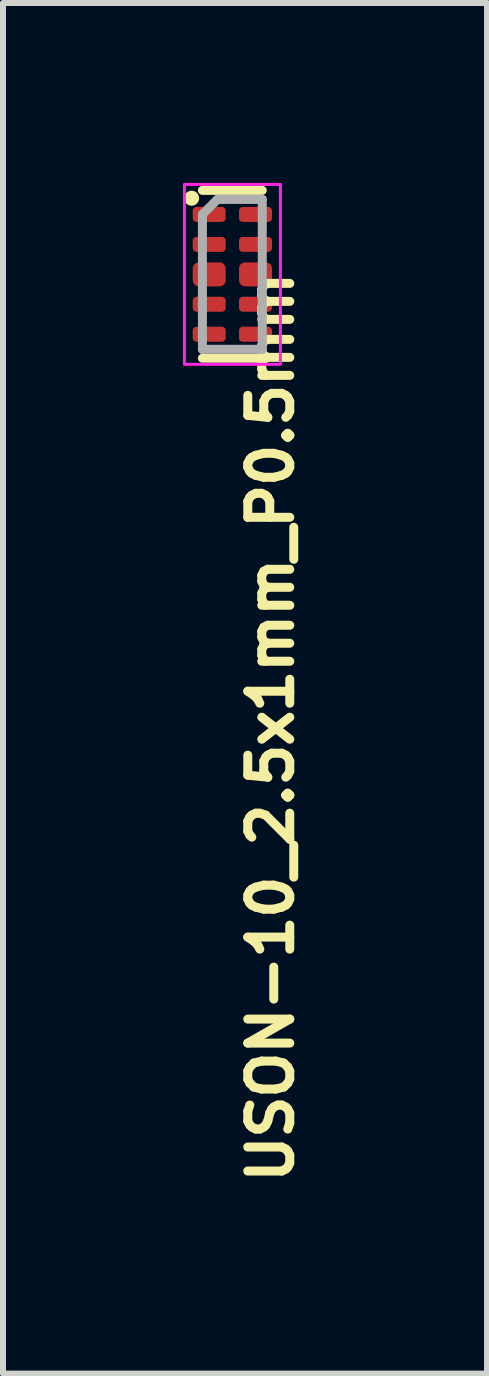
<source format=kicad_pcb>
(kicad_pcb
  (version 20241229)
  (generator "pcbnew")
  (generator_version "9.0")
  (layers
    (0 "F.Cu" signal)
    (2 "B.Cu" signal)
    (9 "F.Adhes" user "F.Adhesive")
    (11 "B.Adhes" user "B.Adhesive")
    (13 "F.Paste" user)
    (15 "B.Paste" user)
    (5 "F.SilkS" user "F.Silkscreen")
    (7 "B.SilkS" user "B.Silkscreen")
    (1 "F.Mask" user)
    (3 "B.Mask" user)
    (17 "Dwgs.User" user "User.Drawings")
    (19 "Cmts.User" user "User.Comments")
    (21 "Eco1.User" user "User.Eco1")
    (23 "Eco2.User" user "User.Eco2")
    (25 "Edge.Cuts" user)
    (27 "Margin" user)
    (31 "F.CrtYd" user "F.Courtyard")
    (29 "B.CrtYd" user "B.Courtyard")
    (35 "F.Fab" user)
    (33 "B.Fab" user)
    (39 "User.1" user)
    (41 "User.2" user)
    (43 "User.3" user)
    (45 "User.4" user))
  (footprint "USON-10_2.5x1mm_P0.5mm"
    (layer "F.Cu")
    (at 0.825 1.525)
    (property "Reference" "USON-10_2.5x1mm_P0.5mm" (at 1.05 -0.115 270) (layer "F.SilkS") (effects (font (size 0.7 0.7) (thickness 0.15)) (justify right bottom)))
    (attr smd)
    (fp_line (start -0.5 -1.401) (end 0.498 -1.401) (stroke (width 0.15) (type solid)) (layer "F.SilkS"))
    (fp_line (start -0.5 1.398) (end 0.498 1.398) (stroke (width 0.15) (type solid)) (layer "F.SilkS"))
    (fp_circle (center -0.68 -1.27) (end -0.63 -1.27) (stroke (width 0.15) (type solid)) (fill yes) (layer "F.SilkS"))
    (fp_rect (start 0.8 1.499) (end -0.8 -1.5) (stroke (width 0.05) (type solid)) (fill no) (layer "F.CrtYd"))
    (fp_line (start -0.5 -1) (end -0.25 -1.25) (stroke (width 0.15) (type solid)) (layer "F.Fab"))
    (fp_line (start -0.5 1.249) (end -0.5 -1) (stroke (width 0.15) (type solid)) (layer "F.Fab"))
    (fp_line (start -0.25 -1.25) (end 0.498 -1.25) (stroke (width 0.15) (type solid)) (layer "F.Fab"))
    (fp_line (start 0.498 1.249) (end -0.5 1.249) (stroke (width 0.15) (type solid)) (layer "F.Fab"))
    (fp_line (start 0.498 1.249) (end 0.498 -1.25) (stroke (width 0.15) (type solid)) (layer "F.Fab"))
    (fp_rect (start 0.498 1.249) (end -0.5 -1.25) (stroke (width 0.1) (type solid)) (fill no) (layer "User.5"))
    (fp_line (start -0.5 -1.25) (end 0.498 -1.25) (stroke (width 0.02) (type solid)) (layer "User.9"))
    (fp_line (start -0.5 1.249) (end -0.5 -1.25) (stroke (width 0.02) (type solid)) (layer "User.9"))
    (fp_line (start -0.422 -1.063) (end -0.422 -1.055) (stroke (width 0.02) (type solid)) (layer "User.9"))
    (fp_line (start -0.422 -1.063) (end -0.422 -1.055) (stroke (width 0.02) (type solid)) (layer "User.9"))
    (fp_line (start -0.422 -1.055) (end -0.422 -1.049) (stroke (width 0.02) (type solid)) (layer "User.9"))
    (fp_line (start -0.422 -1.055) (end -0.422 -1.049) (stroke (width 0.02) (type solid)) (layer "User.9"))
    (fp_line (start -0.422 -1.049) (end -0.422 -1.043) (stroke (width 0.02) (type solid)) (layer "User.9"))
    (fp_line (start -0.422 -1.049) (end -0.422 -1.043) (stroke (width 0.02) (type solid)) (layer "User.9"))
    (fp_line (start -0.422 -1.043) (end -0.422 -1.037) (stroke (width 0.02) (type solid)) (layer "User.9"))
    (fp_line (start -0.422 -1.043) (end -0.422 -1.037) (stroke (width 0.02) (type solid)) (layer "User.9"))
    (fp_line (start -0.422 -1.037) (end -0.421 -1.031) (stroke (width 0.02) (type solid)) (layer "User.9"))
    (fp_line (start -0.422 -1.037) (end -0.421 -1.031) (stroke (width 0.02) (type solid)) (layer "User.9"))
    (fp_line (start -0.421 -1.069) (end -0.422 -1.063) (stroke (width 0.02) (type solid)) (layer "User.9"))
    (fp_line (start -0.421 -1.069) (end -0.422 -1.063) (stroke (width 0.02) (type solid)) (layer "User.9"))
    (fp_line (start -0.421 -1.031) (end -0.419 -1.024) (stroke (width 0.02) (type solid)) (layer "User.9"))
    (fp_line (start -0.421 -1.031) (end -0.419 -1.024) (stroke (width 0.02) (type solid)) (layer "User.9"))
    (fp_line (start -0.419 -1.075) (end -0.421 -1.069) (stroke (width 0.02) (type solid)) (layer "User.9"))
    (fp_line (start -0.419 -1.075) (end -0.421 -1.069) (stroke (width 0.02) (type solid)) (layer "User.9"))
    (fp_line (start -0.419 -1.024) (end -0.417 -1.018) (stroke (width 0.02) (type solid)) (layer "User.9"))
    (fp_line (start -0.419 -1.024) (end -0.417 -1.018) (stroke (width 0.02) (type solid)) (layer "User.9"))
    (fp_line (start -0.417 -1.081) (end -0.419 -1.075) (stroke (width 0.02) (type solid)) (layer "User.9"))
    (fp_line (start -0.417 -1.081) (end -0.419 -1.075) (stroke (width 0.02) (type solid)) (layer "User.9"))
    (fp_line (start -0.417 -1.018) (end -0.416 -1.012) (stroke (width 0.02) (type solid)) (layer "User.9"))
    (fp_line (start -0.417 -1.018) (end -0.416 -1.012) (stroke (width 0.02) (type solid)) (layer "User.9"))
    (fp_line (start -0.416 -1.087) (end -0.417 -1.081) (stroke (width 0.02) (type solid)) (layer "User.9"))
    (fp_line (start -0.416 -1.087) (end -0.417 -1.081) (stroke (width 0.02) (type solid)) (layer "User.9"))
    (fp_line (start -0.416 -1.012) (end -0.413 -1.006) (stroke (width 0.02) (type solid)) (layer "User.9"))
    (fp_line (start -0.416 -1.012) (end -0.413 -1.006) (stroke (width 0.02) (type solid)) (layer "User.9"))
    (fp_line (start -0.413 -1.093) (end -0.416 -1.087) (stroke (width 0.02) (type solid)) (layer "User.9"))
    (fp_line (start -0.413 -1.093) (end -0.416 -1.087) (stroke (width 0.02) (type solid)) (layer "User.9"))
    (fp_line (start -0.413 -1.006) (end -0.41 -0.999) (stroke (width 0.02) (type solid)) (layer "User.9"))
    (fp_line (start -0.413 -1.006) (end -0.41 -0.999) (stroke (width 0.02) (type solid)) (layer "User.9"))
    (fp_line (start -0.41 -1.099) (end -0.413 -1.093) (stroke (width 0.02) (type solid)) (layer "User.9"))
    (fp_line (start -0.41 -1.099) (end -0.413 -1.093) (stroke (width 0.02) (type solid)) (layer "User.9"))
    (fp_line (start -0.41 -1.099) (end -0.41 -1.099) (stroke (width 0.02) (type solid)) (layer "User.9"))
    (fp_line (start -0.41 -1.099) (end -0.41 -1.099) (stroke (width 0.02) (type solid)) (layer "User.9"))
    (fp_line (start -0.41 -0.999) (end -0.41 -0.999) (stroke (width 0.02) (type solid)) (layer "User.9"))
    (fp_line (start -0.41 -0.999) (end -0.41 -0.999) (stroke (width 0.02) (type solid)) (layer "User.9"))
    (fp_line (start -0.41 -0.999) (end -0.407 -0.993) (stroke (width 0.02) (type solid)) (layer "User.9"))
    (fp_line (start -0.41 -0.999) (end -0.407 -0.993) (stroke (width 0.02) (type solid)) (layer "User.9"))
    (fp_line (start -0.408 -1.103) (end -0.41 -1.099) (stroke (width 0.02) (type solid)) (layer "User.9"))
    (fp_line (start -0.408 -1.103) (end -0.41 -1.099) (stroke (width 0.02) (type solid)) (layer "User.9"))
    (fp_line (start -0.407 -1.105) (end -0.408 -1.103) (stroke (width 0.02) (type solid)) (layer "User.9"))
    (fp_line (start -0.407 -1.105) (end -0.408 -1.103) (stroke (width 0.02) (type solid)) (layer "User.9"))
    (fp_line (start -0.407 -0.993) (end -0.403 -0.988) (stroke (width 0.02) (type solid)) (layer "User.9"))
    (fp_line (start -0.407 -0.993) (end -0.403 -0.988) (stroke (width 0.02) (type solid)) (layer "User.9"))
    (fp_line (start -0.405 -1.107) (end -0.407 -1.105) (stroke (width 0.02) (type solid)) (layer "User.9"))
    (fp_line (start -0.405 -1.107) (end -0.407 -1.105) (stroke (width 0.02) (type solid)) (layer "User.9"))
    (fp_line (start -0.403 -1.111) (end -0.405 -1.107) (stroke (width 0.02) (type solid)) (layer "User.9"))
    (fp_line (start -0.403 -1.111) (end -0.405 -1.107) (stroke (width 0.02) (type solid)) (layer "User.9"))
    (fp_line (start -0.403 -0.988) (end -0.399 -0.983) (stroke (width 0.02) (type solid)) (layer "User.9"))
    (fp_line (start -0.403 -0.988) (end -0.399 -0.983) (stroke (width 0.02) (type solid)) (layer "User.9"))
    (fp_line (start -0.401 -1.113) (end -0.403 -1.111) (stroke (width 0.02) (type solid)) (layer "User.9"))
    (fp_line (start -0.401 -1.113) (end -0.403 -1.111) (stroke (width 0.02) (type solid)) (layer "User.9"))
    (fp_line (start -0.399 -1.115) (end -0.401 -1.113) (stroke (width 0.02) (type solid)) (layer "User.9"))
    (fp_line (start -0.399 -1.115) (end -0.401 -1.113) (stroke (width 0.02) (type solid)) (layer "User.9"))
    (fp_line (start -0.399 -0.983) (end -0.394 -0.978) (stroke (width 0.02) (type solid)) (layer "User.9"))
    (fp_line (start -0.399 -0.983) (end -0.394 -0.978) (stroke (width 0.02) (type solid)) (layer "User.9"))
    (fp_line (start -0.396 -1.117) (end -0.399 -1.115) (stroke (width 0.02) (type solid)) (layer "User.9"))
    (fp_line (start -0.396 -1.117) (end -0.399 -1.115) (stroke (width 0.02) (type solid)) (layer "User.9"))
    (fp_line (start -0.394 -1.119) (end -0.396 -1.117) (stroke (width 0.02) (type solid)) (layer "User.9"))
    (fp_line (start -0.394 -1.119) (end -0.396 -1.117) (stroke (width 0.02) (type solid)) (layer "User.9"))
    (fp_line (start -0.394 -0.978) (end -0.389 -0.974) (stroke (width 0.02) (type solid)) (layer "User.9"))
    (fp_line (start -0.394 -0.978) (end -0.389 -0.974) (stroke (width 0.02) (type solid)) (layer "User.9"))
    (fp_line (start -0.392 -1.123) (end -0.394 -1.119) (stroke (width 0.02) (type solid)) (layer "User.9"))
    (fp_line (start -0.392 -1.123) (end -0.394 -1.119) (stroke (width 0.02) (type solid)) (layer "User.9"))
    (fp_line (start -0.389 -1.125) (end -0.392 -1.123) (stroke (width 0.02) (type solid)) (layer "User.9"))
    (fp_line (start -0.389 -1.125) (end -0.392 -1.123) (stroke (width 0.02) (type solid)) (layer "User.9"))
    (fp_line (start -0.389 -0.974) (end -0.383 -0.97) (stroke (width 0.02) (type solid)) (layer "User.9"))
    (fp_line (start -0.389 -0.974) (end -0.383 -0.97) (stroke (width 0.02) (type solid)) (layer "User.9"))
    (fp_line (start -0.387 -1.127) (end -0.389 -1.125) (stroke (width 0.02) (type solid)) (layer "User.9"))
    (fp_line (start -0.387 -1.127) (end -0.389 -1.125) (stroke (width 0.02) (type solid)) (layer "User.9"))
    (fp_line (start -0.383 -1.129) (end -0.387 -1.127) (stroke (width 0.02) (type solid)) (layer "User.9"))
    (fp_line (start -0.383 -1.129) (end -0.387 -1.127) (stroke (width 0.02) (type solid)) (layer "User.9"))
    (fp_line (start -0.383 -0.97) (end -0.378 -0.966) (stroke (width 0.02) (type solid)) (layer "User.9"))
    (fp_line (start -0.383 -0.97) (end -0.378 -0.966) (stroke (width 0.02) (type solid)) (layer "User.9"))
    (fp_line (start -0.381 -1.131) (end -0.383 -1.129) (stroke (width 0.02) (type solid)) (layer "User.9"))
    (fp_line (start -0.381 -1.131) (end -0.383 -1.129) (stroke (width 0.02) (type solid)) (layer "User.9"))
    (fp_line (start -0.378 -1.133) (end -0.381 -1.131) (stroke (width 0.02) (type solid)) (layer "User.9"))
    (fp_line (start -0.378 -1.133) (end -0.381 -1.131) (stroke (width 0.02) (type solid)) (layer "User.9"))
    (fp_line (start -0.378 -0.966) (end -0.373 -0.963) (stroke (width 0.02) (type solid)) (layer "User.9"))
    (fp_line (start -0.378 -0.966) (end -0.373 -0.963) (stroke (width 0.02) (type solid)) (layer "User.9"))
    (fp_line (start -0.375 -1.133) (end -0.378 -1.133) (stroke (width 0.02) (type solid)) (layer "User.9"))
    (fp_line (start -0.375 -1.133) (end -0.378 -1.133) (stroke (width 0.02) (type solid)) (layer "User.9"))
    (fp_line (start -0.373 -1.135) (end -0.375 -1.133) (stroke (width 0.02) (type solid)) (layer "User.9"))
    (fp_line (start -0.373 -1.135) (end -0.375 -1.133) (stroke (width 0.02) (type solid)) (layer "User.9"))
    (fp_line (start -0.373 -0.963) (end -0.367 -0.96) (stroke (width 0.02) (type solid)) (layer "User.9"))
    (fp_line (start -0.373 -0.963) (end -0.367 -0.96) (stroke (width 0.02) (type solid)) (layer "User.9"))
    (fp_line (start -0.37 -1.137) (end -0.373 -1.135) (stroke (width 0.02) (type solid)) (layer "User.9"))
    (fp_line (start -0.37 -1.137) (end -0.373 -1.135) (stroke (width 0.02) (type solid)) (layer "User.9"))
    (fp_line (start -0.367 -1.139) (end -0.37 -1.137) (stroke (width 0.02) (type solid)) (layer "User.9"))
    (fp_line (start -0.367 -1.139) (end -0.37 -1.137) (stroke (width 0.02) (type solid)) (layer "User.9"))
    (fp_line (start -0.367 -0.96) (end -0.361 -0.958) (stroke (width 0.02) (type solid)) (layer "User.9"))
    (fp_line (start -0.367 -0.96) (end -0.361 -0.958) (stroke (width 0.02) (type solid)) (layer "User.9"))
    (fp_line (start -0.364 -1.141) (end -0.367 -1.139) (stroke (width 0.02) (type solid)) (layer "User.9"))
    (fp_line (start -0.364 -1.141) (end -0.367 -1.139) (stroke (width 0.02) (type solid)) (layer "User.9"))
    (fp_line (start -0.361 -1.141) (end -0.364 -1.141) (stroke (width 0.02) (type solid)) (layer "User.9"))
    (fp_line (start -0.361 -1.141) (end -0.364 -1.141) (stroke (width 0.02) (type solid)) (layer "User.9"))
    (fp_line (start -0.361 -0.958) (end -0.355 -0.956) (stroke (width 0.02) (type solid)) (layer "User.9"))
    (fp_line (start -0.361 -0.958) (end -0.355 -0.956) (stroke (width 0.02) (type solid)) (layer "User.9"))
    (fp_line (start -0.358 -1.143) (end -0.361 -1.141) (stroke (width 0.02) (type solid)) (layer "User.9"))
    (fp_line (start -0.358 -1.143) (end -0.361 -1.141) (stroke (width 0.02) (type solid)) (layer "User.9"))
    (fp_line (start -0.355 -1.143) (end -0.358 -1.143) (stroke (width 0.02) (type solid)) (layer "User.9"))
    (fp_line (start -0.355 -1.143) (end -0.358 -1.143) (stroke (width 0.02) (type solid)) (layer "User.9"))
    (fp_line (start -0.355 -0.956) (end -0.35 -0.954) (stroke (width 0.02) (type solid)) (layer "User.9"))
    (fp_line (start -0.355 -0.956) (end -0.35 -0.954) (stroke (width 0.02) (type solid)) (layer "User.9"))
    (fp_line (start -0.352 -1.145) (end -0.355 -1.143) (stroke (width 0.02) (type solid)) (layer "User.9"))
    (fp_line (start -0.352 -1.145) (end -0.355 -1.143) (stroke (width 0.02) (type solid)) (layer "User.9"))
    (fp_line (start -0.35 -1.145) (end -0.352 -1.145) (stroke (width 0.02) (type solid)) (layer "User.9"))
    (fp_line (start -0.35 -1.145) (end -0.352 -1.145) (stroke (width 0.02) (type solid)) (layer "User.9"))
    (fp_line (start -0.35 -0.954) (end -0.344 -0.952) (stroke (width 0.02) (type solid)) (layer "User.9"))
    (fp_line (start -0.35 -0.954) (end -0.344 -0.952) (stroke (width 0.02) (type solid)) (layer "User.9"))
    (fp_line (start -0.347 -1.147) (end -0.35 -1.145) (stroke (width 0.02) (type solid)) (layer "User.9"))
    (fp_line (start -0.347 -1.147) (end -0.35 -1.145) (stroke (width 0.02) (type solid)) (layer "User.9"))
    (fp_line (start -0.344 -1.147) (end -0.347 -1.147) (stroke (width 0.02) (type solid)) (layer "User.9"))
    (fp_line (start -0.344 -1.147) (end -0.347 -1.147) (stroke (width 0.02) (type solid)) (layer "User.9"))
    (fp_line (start -0.344 -0.952) (end -0.337 -0.951) (stroke (width 0.02) (type solid)) (layer "User.9"))
    (fp_line (start -0.344 -0.952) (end -0.337 -0.951) (stroke (width 0.02) (type solid)) (layer "User.9"))
    (fp_line (start -0.34 -1.147) (end -0.344 -1.147) (stroke (width 0.02) (type solid)) (layer "User.9"))
    (fp_line (start -0.34 -1.147) (end -0.344 -1.147) (stroke (width 0.02) (type solid)) (layer "User.9"))
    (fp_line (start -0.337 -1.149) (end -0.34 -1.147) (stroke (width 0.02) (type solid)) (layer "User.9"))
    (fp_line (start -0.337 -1.149) (end -0.34 -1.147) (stroke (width 0.02) (type solid)) (layer "User.9"))
    (fp_line (start -0.337 -0.951) (end -0.331 -0.95) (stroke (width 0.02) (type solid)) (layer "User.9"))
    (fp_line (start -0.337 -0.951) (end -0.331 -0.95) (stroke (width 0.02) (type solid)) (layer "User.9"))
    (fp_line (start -0.334 -1.149) (end -0.337 -1.149) (stroke (width 0.02) (type solid)) (layer "User.9"))
    (fp_line (start -0.334 -1.149) (end -0.337 -1.149) (stroke (width 0.02) (type solid)) (layer "User.9"))
    (fp_line (start -0.331 -1.149) (end -0.334 -1.149) (stroke (width 0.02) (type solid)) (layer "User.9"))
    (fp_line (start -0.331 -1.149) (end -0.334 -1.149) (stroke (width 0.02) (type solid)) (layer "User.9"))
    (fp_line (start -0.331 -0.95) (end -0.324 -0.95) (stroke (width 0.02) (type solid)) (layer "User.9"))
    (fp_line (start -0.331 -0.95) (end -0.324 -0.95) (stroke (width 0.02) (type solid)) (layer "User.9"))
    (fp_line (start -0.327 -1.149) (end -0.331 -1.149) (stroke (width 0.02) (type solid)) (layer "User.9"))
    (fp_line (start -0.327 -1.149) (end -0.331 -1.149) (stroke (width 0.02) (type solid)) (layer "User.9"))
    (fp_line (start -0.324 -1.149) (end -0.327 -1.149) (stroke (width 0.02) (type solid)) (layer "User.9"))
    (fp_line (start -0.324 -1.149) (end -0.327 -1.149) (stroke (width 0.02) (type solid)) (layer "User.9"))
    (fp_line (start -0.324 -0.95) (end -0.32 -0.95) (stroke (width 0.02) (type solid)) (layer "User.9"))
    (fp_line (start -0.324 -0.95) (end -0.32 -0.95) (stroke (width 0.02) (type solid)) (layer "User.9"))
    (fp_line (start -0.32 -0.95) (end -0.316 -0.95) (stroke (width 0.02) (type solid)) (layer "User.9"))
    (fp_line (start -0.32 -0.95) (end -0.316 -0.95) (stroke (width 0.02) (type solid)) (layer "User.9"))
    (fp_line (start -0.316 -1.149) (end -0.324 -1.149) (stroke (width 0.02) (type solid)) (layer "User.9"))
    (fp_line (start -0.316 -1.149) (end -0.324 -1.149) (stroke (width 0.02) (type solid)) (layer "User.9"))
    (fp_line (start -0.316 -0.95) (end -0.313 -0.951) (stroke (width 0.02) (type solid)) (layer "User.9"))
    (fp_line (start -0.316 -0.95) (end -0.313 -0.951) (stroke (width 0.02) (type solid)) (layer "User.9"))
    (fp_line (start -0.313 -0.951) (end -0.31 -0.951) (stroke (width 0.02) (type solid)) (layer "User.9"))
    (fp_line (start -0.313 -0.951) (end -0.31 -0.951) (stroke (width 0.02) (type solid)) (layer "User.9"))
    (fp_line (start -0.31 -1.149) (end -0.316 -1.149) (stroke (width 0.02) (type solid)) (layer "User.9"))
    (fp_line (start -0.31 -1.149) (end -0.316 -1.149) (stroke (width 0.02) (type solid)) (layer "User.9"))
    (fp_line (start -0.31 -0.951) (end -0.306 -0.952) (stroke (width 0.02) (type solid)) (layer "User.9"))
    (fp_line (start -0.31 -0.951) (end -0.306 -0.952) (stroke (width 0.02) (type solid)) (layer "User.9"))
    (fp_line (start -0.306 -0.952) (end -0.303 -0.952) (stroke (width 0.02) (type solid)) (layer "User.9"))
    (fp_line (start -0.306 -0.952) (end -0.303 -0.952) (stroke (width 0.02) (type solid)) (layer "User.9"))
    (fp_line (start -0.303 -1.147) (end -0.31 -1.149) (stroke (width 0.02) (type solid)) (layer "User.9"))
    (fp_line (start -0.303 -1.147) (end -0.31 -1.149) (stroke (width 0.02) (type solid)) (layer "User.9"))
    (fp_line (start -0.303 -0.952) (end -0.3 -0.953) (stroke (width 0.02) (type solid)) (layer "User.9"))
    (fp_line (start -0.303 -0.952) (end -0.3 -0.953) (stroke (width 0.02) (type solid)) (layer "User.9"))
    (fp_line (start -0.3 -0.953) (end -0.297 -0.954) (stroke (width 0.02) (type solid)) (layer "User.9"))
    (fp_line (start -0.3 -0.953) (end -0.297 -0.954) (stroke (width 0.02) (type solid)) (layer "User.9"))
    (fp_line (start -0.297 -1.145) (end -0.303 -1.147) (stroke (width 0.02) (type solid)) (layer "User.9"))
    (fp_line (start -0.297 -1.145) (end -0.303 -1.147) (stroke (width 0.02) (type solid)) (layer "User.9"))
    (fp_line (start -0.297 -0.954) (end -0.294 -0.955) (stroke (width 0.02) (type solid)) (layer "User.9"))
    (fp_line (start -0.297 -0.954) (end -0.294 -0.955) (stroke (width 0.02) (type solid)) (layer "User.9"))
    (fp_line (start -0.294 -0.955) (end -0.291 -0.956) (stroke (width 0.02) (type solid)) (layer "User.9"))
    (fp_line (start -0.294 -0.955) (end -0.291 -0.956) (stroke (width 0.02) (type solid)) (layer "User.9"))
    (fp_line (start -0.291 -1.143) (end -0.297 -1.145) (stroke (width 0.02) (type solid)) (layer "User.9"))
    (fp_line (start -0.291 -1.143) (end -0.297 -1.145) (stroke (width 0.02) (type solid)) (layer "User.9"))
    (fp_line (start -0.291 -0.956) (end -0.289 -0.957) (stroke (width 0.02) (type solid)) (layer "User.9"))
    (fp_line (start -0.291 -0.956) (end -0.289 -0.957) (stroke (width 0.02) (type solid)) (layer "User.9"))
    (fp_line (start -0.289 -0.957) (end -0.286 -0.958) (stroke (width 0.02) (type solid)) (layer "User.9"))
    (fp_line (start -0.289 -0.957) (end -0.286 -0.958) (stroke (width 0.02) (type solid)) (layer "User.9"))
    (fp_line (start -0.286 -1.141) (end -0.291 -1.143) (stroke (width 0.02) (type solid)) (layer "User.9"))
    (fp_line (start -0.286 -1.141) (end -0.291 -1.143) (stroke (width 0.02) (type solid)) (layer "User.9"))
    (fp_line (start -0.286 -0.958) (end -0.283 -0.959) (stroke (width 0.02) (type solid)) (layer "User.9"))
    (fp_line (start -0.286 -0.958) (end -0.283 -0.959) (stroke (width 0.02) (type solid)) (layer "User.9"))
    (fp_line (start -0.283 -0.959) (end -0.28 -0.96) (stroke (width 0.02) (type solid)) (layer "User.9"))
    (fp_line (start -0.283 -0.959) (end -0.28 -0.96) (stroke (width 0.02) (type solid)) (layer "User.9"))
    (fp_line (start -0.28 -1.139) (end -0.286 -1.141) (stroke (width 0.02) (type solid)) (layer "User.9"))
    (fp_line (start -0.28 -1.139) (end -0.286 -1.141) (stroke (width 0.02) (type solid)) (layer "User.9"))
    (fp_line (start -0.28 -0.96) (end -0.277 -0.961) (stroke (width 0.02) (type solid)) (layer "User.9"))
    (fp_line (start -0.28 -0.96) (end -0.277 -0.961) (stroke (width 0.02) (type solid)) (layer "User.9"))
    (fp_line (start -0.277 -0.961) (end -0.274 -0.963) (stroke (width 0.02) (type solid)) (layer "User.9"))
    (fp_line (start -0.277 -0.961) (end -0.274 -0.963) (stroke (width 0.02) (type solid)) (layer "User.9"))
    (fp_line (start -0.274 -1.135) (end -0.28 -1.139) (stroke (width 0.02) (type solid)) (layer "User.9"))
    (fp_line (start -0.274 -1.135) (end -0.28 -1.139) (stroke (width 0.02) (type solid)) (layer "User.9"))
    (fp_line (start -0.274 -0.963) (end -0.271 -0.964) (stroke (width 0.02) (type solid)) (layer "User.9"))
    (fp_line (start -0.274 -0.963) (end -0.271 -0.964) (stroke (width 0.02) (type solid)) (layer "User.9"))
    (fp_line (start -0.271 -0.964) (end -0.269 -0.966) (stroke (width 0.02) (type solid)) (layer "User.9"))
    (fp_line (start -0.271 -0.964) (end -0.269 -0.966) (stroke (width 0.02) (type solid)) (layer "User.9"))
    (fp_line (start -0.269 -1.133) (end -0.274 -1.135) (stroke (width 0.02) (type solid)) (layer "User.9"))
    (fp_line (start -0.269 -1.133) (end -0.274 -1.135) (stroke (width 0.02) (type solid)) (layer "User.9"))
    (fp_line (start -0.269 -0.966) (end -0.266 -0.968) (stroke (width 0.02) (type solid)) (layer "User.9"))
    (fp_line (start -0.269 -0.966) (end -0.266 -0.968) (stroke (width 0.02) (type solid)) (layer "User.9"))
    (fp_line (start -0.266 -0.968) (end -0.263 -0.97) (stroke (width 0.02) (type solid)) (layer "User.9"))
    (fp_line (start -0.266 -0.968) (end -0.263 -0.97) (stroke (width 0.02) (type solid)) (layer "User.9"))
    (fp_line (start -0.263 -1.129) (end -0.269 -1.133) (stroke (width 0.02) (type solid)) (layer "User.9"))
    (fp_line (start -0.263 -1.129) (end -0.269 -1.133) (stroke (width 0.02) (type solid)) (layer "User.9"))
    (fp_line (start -0.263 -0.97) (end -0.261 -0.972) (stroke (width 0.02) (type solid)) (layer "User.9"))
    (fp_line (start -0.263 -0.97) (end -0.261 -0.972) (stroke (width 0.02) (type solid)) (layer "User.9"))
    (fp_line (start -0.261 -0.972) (end -0.258 -0.974) (stroke (width 0.02) (type solid)) (layer "User.9"))
    (fp_line (start -0.261 -0.972) (end -0.258 -0.974) (stroke (width 0.02) (type solid)) (layer "User.9"))
    (fp_line (start -0.258 -1.125) (end -0.263 -1.129) (stroke (width 0.02) (type solid)) (layer "User.9"))
    (fp_line (start -0.258 -1.125) (end -0.263 -1.129) (stroke (width 0.02) (type solid)) (layer "User.9"))
    (fp_line (start -0.258 -0.974) (end -0.255 -0.976) (stroke (width 0.02) (type solid)) (layer "User.9"))
    (fp_line (start -0.258 -0.974) (end -0.255 -0.976) (stroke (width 0.02) (type solid)) (layer "User.9"))
    (fp_line (start -0.255 -0.976) (end -0.253 -0.978) (stroke (width 0.02) (type solid)) (layer "User.9"))
    (fp_line (start -0.255 -0.976) (end -0.253 -0.978) (stroke (width 0.02) (type solid)) (layer "User.9"))
    (fp_line (start -0.253 -1.119) (end -0.258 -1.125) (stroke (width 0.02) (type solid)) (layer "User.9"))
    (fp_line (start -0.253 -1.119) (end -0.258 -1.125) (stroke (width 0.02) (type solid)) (layer "User.9"))
    (fp_line (start -0.253 -0.978) (end -0.25 -0.981) (stroke (width 0.02) (type solid)) (layer "User.9"))
    (fp_line (start -0.253 -0.978) (end -0.25 -0.981) (stroke (width 0.02) (type solid)) (layer "User.9"))
    (fp_line (start -0.25 -0.981) (end -0.248 -0.983) (stroke (width 0.02) (type solid)) (layer "User.9"))
    (fp_line (start -0.25 -0.981) (end -0.248 -0.983) (stroke (width 0.02) (type solid)) (layer "User.9"))
    (fp_line (start -0.248 -1.115) (end -0.253 -1.119) (stroke (width 0.02) (type solid)) (layer "User.9"))
    (fp_line (start -0.248 -1.115) (end -0.253 -1.119) (stroke (width 0.02) (type solid)) (layer "User.9"))
    (fp_line (start -0.248 -0.983) (end -0.246 -0.986) (stroke (width 0.02) (type solid)) (layer "User.9"))
    (fp_line (start -0.248 -0.983) (end -0.246 -0.986) (stroke (width 0.02) (type solid)) (layer "User.9"))
    (fp_line (start -0.246 -0.986) (end -0.244 -0.988) (stroke (width 0.02) (type solid)) (layer "User.9"))
    (fp_line (start -0.246 -0.986) (end -0.244 -0.988) (stroke (width 0.02) (type solid)) (layer "User.9"))
    (fp_line (start -0.244 -1.111) (end -0.248 -1.115) (stroke (width 0.02) (type solid)) (layer "User.9"))
    (fp_line (start -0.244 -1.111) (end -0.248 -1.115) (stroke (width 0.02) (type solid)) (layer "User.9"))
    (fp_line (start -0.244 -0.988) (end -0.242 -0.991) (stroke (width 0.02) (type solid)) (layer "User.9"))
    (fp_line (start -0.244 -0.988) (end -0.242 -0.991) (stroke (width 0.02) (type solid)) (layer "User.9"))
    (fp_line (start -0.242 -0.991) (end -0.24 -0.993) (stroke (width 0.02) (type solid)) (layer "User.9"))
    (fp_line (start -0.242 -0.991) (end -0.24 -0.993) (stroke (width 0.02) (type solid)) (layer "User.9"))
    (fp_line (start -0.24 -1.105) (end -0.244 -1.111) (stroke (width 0.02) (type solid)) (layer "User.9"))
    (fp_line (start -0.24 -1.105) (end -0.244 -1.111) (stroke (width 0.02) (type solid)) (layer "User.9"))
    (fp_line (start -0.24 -0.993) (end -0.239 -0.996) (stroke (width 0.02) (type solid)) (layer "User.9"))
    (fp_line (start -0.24 -0.993) (end -0.239 -0.996) (stroke (width 0.02) (type solid)) (layer "User.9"))
    (fp_line (start -0.239 -0.996) (end -0.238 -0.999) (stroke (width 0.02) (type solid)) (layer "User.9"))
    (fp_line (start -0.239 -0.996) (end -0.238 -0.999) (stroke (width 0.02) (type solid)) (layer "User.9"))
    (fp_line (start -0.238 -1.099) (end -0.24 -1.105) (stroke (width 0.02) (type solid)) (layer "User.9"))
    (fp_line (start -0.238 -1.099) (end -0.24 -1.105) (stroke (width 0.02) (type solid)) (layer "User.9"))
    (fp_line (start -0.238 -1.099) (end -0.238 -1.099) (stroke (width 0.02) (type solid)) (layer "User.9"))
    (fp_line (start -0.238 -1.099) (end -0.238 -1.099) (stroke (width 0.02) (type solid)) (layer "User.9"))
    (fp_line (start -0.238 -0.999) (end -0.238 -0.999) (stroke (width 0.02) (type solid)) (layer "User.9"))
    (fp_line (start -0.238 -0.999) (end -0.238 -0.999) (stroke (width 0.02) (type solid)) (layer "User.9"))
    (fp_line (start -0.238 -0.999) (end -0.234 -1.006) (stroke (width 0.02) (type solid)) (layer "User.9"))
    (fp_line (start -0.238 -0.999) (end -0.234 -1.006) (stroke (width 0.02) (type solid)) (layer "User.9"))
    (fp_line (start -0.234 -1.093) (end -0.238 -1.099) (stroke (width 0.02) (type solid)) (layer "User.9"))
    (fp_line (start -0.234 -1.093) (end -0.238 -1.099) (stroke (width 0.02) (type solid)) (layer "User.9"))
    (fp_line (start -0.234 -1.006) (end -0.232 -1.012) (stroke (width 0.02) (type solid)) (layer "User.9"))
    (fp_line (start -0.234 -1.006) (end -0.232 -1.012) (stroke (width 0.02) (type solid)) (layer "User.9"))
    (fp_line (start -0.232 -1.087) (end -0.234 -1.093) (stroke (width 0.02) (type solid)) (layer "User.9"))
    (fp_line (start -0.232 -1.087) (end -0.234 -1.093) (stroke (width 0.02) (type solid)) (layer "User.9"))
    (fp_line (start -0.232 -1.012) (end -0.229 -1.018) (stroke (width 0.02) (type solid)) (layer "User.9"))
    (fp_line (start -0.232 -1.012) (end -0.229 -1.018) (stroke (width 0.02) (type solid)) (layer "User.9"))
    (fp_line (start -0.229 -1.081) (end -0.232 -1.087) (stroke (width 0.02) (type solid)) (layer "User.9"))
    (fp_line (start -0.229 -1.081) (end -0.232 -1.087) (stroke (width 0.02) (type solid)) (layer "User.9"))
    (fp_line (start -0.229 -1.018) (end -0.228 -1.024) (stroke (width 0.02) (type solid)) (layer "User.9"))
    (fp_line (start -0.229 -1.018) (end -0.228 -1.024) (stroke (width 0.02) (type solid)) (layer "User.9"))
    (fp_line (start -0.228 -1.075) (end -0.229 -1.081) (stroke (width 0.02) (type solid)) (layer "User.9"))
    (fp_line (start -0.228 -1.075) (end -0.229 -1.081) (stroke (width 0.02) (type solid)) (layer "User.9"))
    (fp_line (start -0.228 -1.024) (end -0.226 -1.031) (stroke (width 0.02) (type solid)) (layer "User.9"))
    (fp_line (start -0.228 -1.024) (end -0.226 -1.031) (stroke (width 0.02) (type solid)) (layer "User.9"))
    (fp_line (start -0.226 -1.069) (end -0.228 -1.075) (stroke (width 0.02) (type solid)) (layer "User.9"))
    (fp_line (start -0.226 -1.069) (end -0.228 -1.075) (stroke (width 0.02) (type solid)) (layer "User.9"))
    (fp_line (start -0.226 -1.031) (end -0.224 -1.037) (stroke (width 0.02) (type solid)) (layer "User.9"))
    (fp_line (start -0.226 -1.031) (end -0.224 -1.037) (stroke (width 0.02) (type solid)) (layer "User.9"))
    (fp_line (start -0.224 -1.063) (end -0.226 -1.069) (stroke (width 0.02) (type solid)) (layer "User.9"))
    (fp_line (start -0.224 -1.063) (end -0.226 -1.069) (stroke (width 0.02) (type solid)) (layer "User.9"))
    (fp_line (start -0.224 -1.037) (end -0.223 -1.043) (stroke (width 0.02) (type solid)) (layer "User.9"))
    (fp_line (start -0.224 -1.037) (end -0.223 -1.043) (stroke (width 0.02) (type solid)) (layer "User.9"))
    (fp_line (start -0.223 -1.055) (end -0.224 -1.063) (stroke (width 0.02) (type solid)) (layer "User.9"))
    (fp_line (start -0.223 -1.055) (end -0.224 -1.063) (stroke (width 0.02) (type solid)) (layer "User.9"))
    (fp_line (start -0.223 -1.049) (end -0.223 -1.055) (stroke (width 0.02) (type solid)) (layer "User.9"))
    (fp_line (start -0.223 -1.049) (end -0.223 -1.055) (stroke (width 0.02) (type solid)) (layer "User.9"))
    (fp_line (start -0.223 -1.043) (end -0.223 -1.049) (stroke (width 0.02) (type solid)) (layer "User.9"))
    (fp_line (start -0.223 -1.043) (end -0.223 -1.049) (stroke (width 0.02) (type solid)) (layer "User.9"))
    (fp_line (start 0.498 -1.25) (end 0.498 1.249) (stroke (width 0.02) (type solid)) (layer "User.9"))
    (fp_line (start 0.498 1.249) (end -0.5 1.249) (stroke (width 0.02) (type solid)) (layer "User.9"))
    (pad "1" smd roundrect (at -0.387 -1 90) (size 0.25 0.55) (layers "F.Cu" "F.Mask" "F.Paste") (roundrect_rratio 0.25))
    (pad "2" smd roundrect (at -0.387 -0.5 90) (size 0.25 0.55) (layers "F.Cu" "F.Mask" "F.Paste") (roundrect_rratio 0.25))
    (pad "3" smd roundrect (at -0.387 0 90) (size 0.4 0.55) (layers "F.Cu" "F.Mask" "F.Paste") (roundrect_rratio 0.25))
    (pad "4" smd roundrect (at -0.387 0.498 90) (size 0.25 0.55) (layers "F.Cu" "F.Mask" "F.Paste") (roundrect_rratio 0.25))
    (pad "5" smd roundrect (at -0.387 0.998 90) (size 0.25 0.55) (layers "F.Cu" "F.Mask" "F.Paste") (roundrect_rratio 0.25))
    (pad "6" smd roundrect (at 0.385 0.998 90) (size 0.25 0.55) (layers "F.Cu" "F.Mask" "F.Paste") (roundrect_rratio 0.25))
    (pad "7" smd roundrect (at 0.385 0.498 90) (size 0.25 0.55) (layers "F.Cu" "F.Mask" "F.Paste") (roundrect_rratio 0.25))
    (pad "8" smd roundrect (at 0.385 0 90) (size 0.4 0.55) (layers "F.Cu" "F.Mask" "F.Paste") (roundrect_rratio 0.25))
    (pad "9" smd roundrect (at 0.385 -0.5 90) (size 0.25 0.55) (layers "F.Cu" "F.Mask" "F.Paste") (roundrect_rratio 0.25))
    (pad "10" smd roundrect (at 0.385 -1 90) (size 0.25 0.55) (layers "F.Cu" "F.Mask" "F.Paste") (roundrect_rratio 0.25)))
  (gr_rect
    (start -3 -3)
    (end 5.071 19.853)
    (stroke (width 0.1) (type default))
    (fill no)
    (layer "Edge.Cuts")))
</source>
